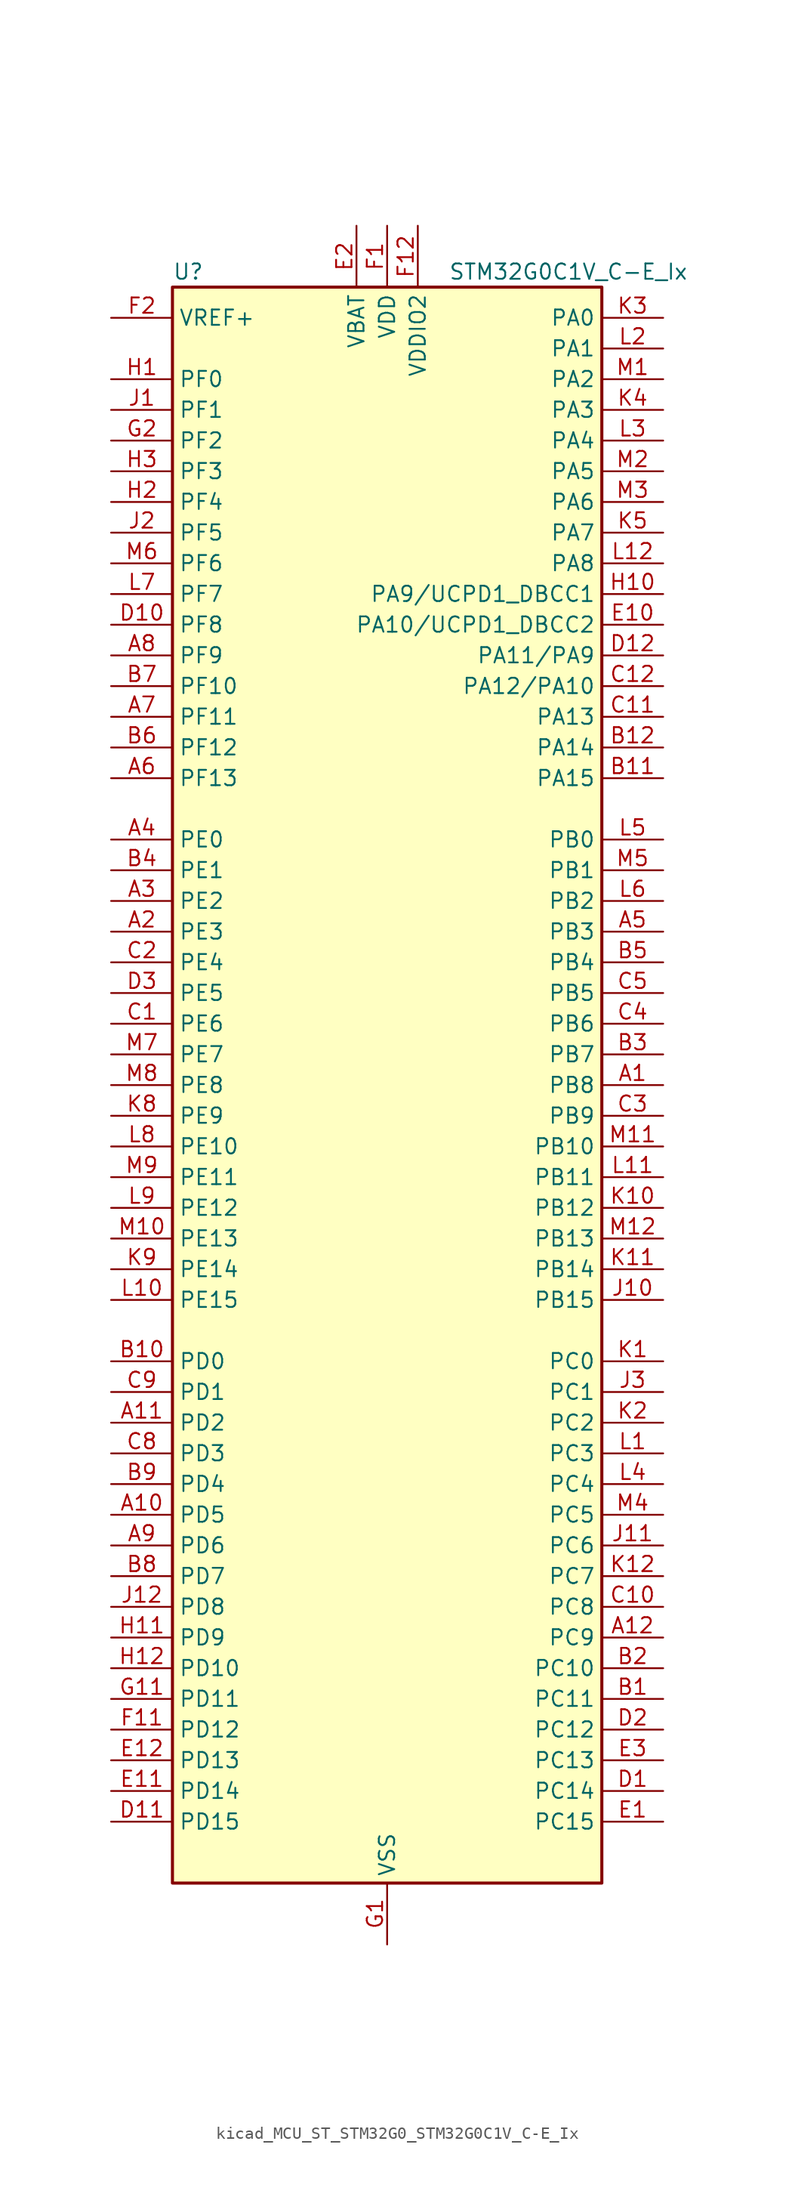
<source format=kicad_sym>
(kicad_symbol_lib
  (version 20220914)
  (generator kicad_symbol_editor)
  (symbol "kicad_MCU_ST_STM32G0_STM32G0C1V_C-E_Ix"
    (property "Reference" "U"
      (at -17.78 67.31 0)
      (effects (font (size 1.27 1.27)) (justify left)))
    (property "Value" "STM32G0C1V_C-E_Ix"
      (at 5.08 67.31 0)
      (effects (font (size 1.27 1.27)) (justify left)))
    (property "ki_locked" ""
      (at 0 0 0)
      (effects (font (size 1.27 1.27))))
    (symbol "kicad_MCU_ST_STM32G0_STM32G0C1V_C-E_Ix_0_1"
      (rectangle (start -17.78 -66.04) (end 17.78 66.04) (stroke (width 0.254) (type default)) (fill (type background))))
    (symbol "kicad_MCU_ST_STM32G0_STM32G0C1V_C-E_Ix_1_1"
      (pin bidirectional line (at 22.86 0 180) (length 5.08) (name "PB8" (effects (font (size 1.27 1.27)))) (number "A1" (effects (font (size 1.27 1.27)))) (alternate "CEC" bidirectional line) (alternate "FDCAN1_RX" bidirectional line) (alternate "I2C1_SCL" bidirectional line) (alternate "I2S2_CK" bidirectional line) (alternate "SPI2_SCK" bidirectional line) (alternate "TIM15_BK" bidirectional line) (alternate "TIM16_CH1" bidirectional line) (alternate "TIM4_CH3" bidirectional line) (alternate "USART3_TX" bidirectional line) (alternate "USART6_TX" bidirectional line))
      (pin bidirectional line (at -22.86 -35.56 0) (length 5.08) (name "PD5" (effects (font (size 1.27 1.27)))) (number "A10" (effects (font (size 1.27 1.27)))) (alternate "I2S1_MCK" bidirectional line) (alternate "SPI1_MISO" bidirectional line) (alternate "TIM1_BK" bidirectional line) (alternate "USART2_TX" bidirectional line) (alternate "USART5_CTS" bidirectional line) (alternate "USART5_NSS" bidirectional line))
      (pin bidirectional line (at -22.86 -27.94 0) (length 5.08) (name "PD2" (effects (font (size 1.27 1.27)))) (number "A11" (effects (font (size 1.27 1.27)))) (alternate "TIM1_CH1N" bidirectional line) (alternate "TIM3_ETR" bidirectional line) (alternate "UCPD2_CC2" bidirectional line) (alternate "USART3_CK" bidirectional line) (alternate "USART3_DE" bidirectional line) (alternate "USART3_RTS" bidirectional line) (alternate "USART5_RX" bidirectional line))
      (pin bidirectional line (at 22.86 -45.72 180) (length 5.08) (name "PC9" (effects (font (size 1.27 1.27)))) (number "A12" (effects (font (size 1.27 1.27)))) (alternate "DAC1_EXTI9" bidirectional line) (alternate "I2S_CKIN" bidirectional line) (alternate "LPUART2_DE" bidirectional line) (alternate "LPUART2_RTS" bidirectional line) (alternate "TIM1_CH2" bidirectional line) (alternate "TIM3_CH4" bidirectional line) (alternate "USB_NOE" bidirectional line))
      (pin bidirectional line (at -22.86 12.7 0) (length 5.08) (name "PE3" (effects (font (size 1.27 1.27)))) (number "A2" (effects (font (size 1.27 1.27)))) (alternate "TIM3_CH1" bidirectional line))
      (pin bidirectional line (at -22.86 15.24 0) (length 5.08) (name "PE2" (effects (font (size 1.27 1.27)))) (number "A3" (effects (font (size 1.27 1.27)))) (alternate "TIM3_ETR" bidirectional line))
      (pin bidirectional line (at -22.86 20.32 0) (length 5.08) (name "PE0" (effects (font (size 1.27 1.27)))) (number "A4" (effects (font (size 1.27 1.27)))) (alternate "TIM16_CH1" bidirectional line) (alternate "TIM4_ETR" bidirectional line))
      (pin bidirectional line (at 22.86 12.7 180) (length 5.08) (name "PB3" (effects (font (size 1.27 1.27)))) (number "A5" (effects (font (size 1.27 1.27)))) (alternate "COMP2_INM" bidirectional line) (alternate "I2C2_SCL" bidirectional line) (alternate "I2C3_SCL" bidirectional line) (alternate "I2S1_CK" bidirectional line) (alternate "SPI1_SCK" bidirectional line) (alternate "SPI3_SCK" bidirectional line) (alternate "TIM1_CH2" bidirectional line) (alternate "TIM2_CH2" bidirectional line) (alternate "USART1_CK" bidirectional line) (alternate "USART1_DE" bidirectional line) (alternate "USART1_RTS" bidirectional line) (alternate "USART5_TX" bidirectional line))
      (pin bidirectional line (at -22.86 25.4 0) (length 5.08) (name "PF13" (effects (font (size 1.27 1.27)))) (number "A6" (effects (font (size 1.27 1.27)))) (alternate "TIM15_CH2" bidirectional line))
      (pin bidirectional line (at -22.86 30.48 0) (length 5.08) (name "PF11" (effects (font (size 1.27 1.27)))) (number "A7" (effects (font (size 1.27 1.27)))) (alternate "ADC1_EXTI11" bidirectional line) (alternate "USART6_CK" bidirectional line) (alternate "USART6_DE" bidirectional line) (alternate "USART6_RTS" bidirectional line))
      (pin bidirectional line (at -22.86 35.56 0) (length 5.08) (name "PF9" (effects (font (size 1.27 1.27)))) (number "A8" (effects (font (size 1.27 1.27)))) (alternate "DAC1_EXTI9" bidirectional line) (alternate "USART6_TX" bidirectional line))
      (pin bidirectional line (at -22.86 -38.1 0) (length 5.08) (name "PD6" (effects (font (size 1.27 1.27)))) (number "A9" (effects (font (size 1.27 1.27)))) (alternate "I2S1_SD" bidirectional line) (alternate "LPTIM2_OUT" bidirectional line) (alternate "SPI1_MOSI" bidirectional line) (alternate "USART2_RX" bidirectional line))
      (pin bidirectional line (at 22.86 -50.8 180) (length 5.08) (name "PC11" (effects (font (size 1.27 1.27)))) (number "B1" (effects (font (size 1.27 1.27)))) (alternate "ADC1_EXTI11" bidirectional line) (alternate "SPI3_MISO" bidirectional line) (alternate "TIM1_CH4" bidirectional line) (alternate "USART3_RX" bidirectional line) (alternate "USART4_RX" bidirectional line))
      (pin bidirectional line (at -22.86 -22.86 0) (length 5.08) (name "PD0" (effects (font (size 1.27 1.27)))) (number "B10" (effects (font (size 1.27 1.27)))) (alternate "FDCAN1_RX" bidirectional line) (alternate "I2S2_WS" bidirectional line) (alternate "SPI2_NSS" bidirectional line) (alternate "TIM16_CH1" bidirectional line) (alternate "UCPD2_CC1" bidirectional line))
      (pin bidirectional line (at 22.86 25.4 180) (length 5.08) (name "PA15" (effects (font (size 1.27 1.27)))) (number "B11" (effects (font (size 1.27 1.27)))) (alternate "I2C2_SMBA" bidirectional line) (alternate "I2S1_WS" bidirectional line) (alternate "RCC_MCO_2" bidirectional line) (alternate "SPI1_NSS" bidirectional line) (alternate "SPI3_NSS" bidirectional line) (alternate "TIM2_CH1" bidirectional line) (alternate "TIM2_ETR" bidirectional line) (alternate "USART2_RX" bidirectional line) (alternate "USART3_CK" bidirectional line) (alternate "USART3_DE" bidirectional line) (alternate "USART3_RTS" bidirectional line) (alternate "USART4_CK" bidirectional line) (alternate "USART4_DE" bidirectional line) (alternate "USART4_RTS" bidirectional line) (alternate "USB_NOE" bidirectional line))
      (pin bidirectional line (at 22.86 27.94 180) (length 5.08) (name "PA14" (effects (font (size 1.27 1.27)))) (number "B12" (effects (font (size 1.27 1.27)))) (alternate "LPUART2_TX" bidirectional line) (alternate "SYS_SWCLK" bidirectional line) (alternate "USART2_TX" bidirectional line))
      (pin bidirectional line (at 22.86 -48.26 180) (length 5.08) (name "PC10" (effects (font (size 1.27 1.27)))) (number "B2" (effects (font (size 1.27 1.27)))) (alternate "SPI3_SCK" bidirectional line) (alternate "TIM1_CH3" bidirectional line) (alternate "USART3_TX" bidirectional line) (alternate "USART4_TX" bidirectional line))
      (pin bidirectional line (at 22.86 2.54 180) (length 5.08) (name "PB7" (effects (font (size 1.27 1.27)))) (number "B3" (effects (font (size 1.27 1.27)))) (alternate "COMP2_INM" bidirectional line) (alternate "I2C1_SDA" bidirectional line) (alternate "I2S2_SD" bidirectional line) (alternate "LPTIM1_IN2" bidirectional line) (alternate "LPUART2_RX" bidirectional line) (alternate "SPI2_MOSI" bidirectional line) (alternate "SYS_PVD_IN" bidirectional line) (alternate "TIM17_CH1N" bidirectional line) (alternate "TIM4_CH2" bidirectional line) (alternate "USART1_RX" bidirectional line) (alternate "USART4_CTS" bidirectional line) (alternate "USART4_NSS" bidirectional line))
      (pin bidirectional line (at -22.86 17.78 0) (length 5.08) (name "PE1" (effects (font (size 1.27 1.27)))) (number "B4" (effects (font (size 1.27 1.27)))) (alternate "TIM17_CH1" bidirectional line))
      (pin bidirectional line (at 22.86 10.16 180) (length 5.08) (name "PB4" (effects (font (size 1.27 1.27)))) (number "B5" (effects (font (size 1.27 1.27)))) (alternate "COMP2_INP" bidirectional line) (alternate "I2C2_SDA" bidirectional line) (alternate "I2C3_SDA" bidirectional line) (alternate "I2S1_MCK" bidirectional line) (alternate "SPI1_MISO" bidirectional line) (alternate "SPI3_MISO" bidirectional line) (alternate "TIM17_BK" bidirectional line) (alternate "TIM3_CH1" bidirectional line) (alternate "USART1_CTS" bidirectional line) (alternate "USART1_NSS" bidirectional line) (alternate "USART5_RX" bidirectional line))
      (pin bidirectional line (at -22.86 27.94 0) (length 5.08) (name "PF12" (effects (font (size 1.27 1.27)))) (number "B6" (effects (font (size 1.27 1.27)))) (alternate "TIM15_CH1" bidirectional line) (alternate "USART6_CTS" bidirectional line) (alternate "USART6_NSS" bidirectional line))
      (pin bidirectional line (at -22.86 33.02 0) (length 5.08) (name "PF10" (effects (font (size 1.27 1.27)))) (number "B7" (effects (font (size 1.27 1.27)))) (alternate "USART6_RX" bidirectional line))
      (pin bidirectional line (at -22.86 -40.64 0) (length 5.08) (name "PD7" (effects (font (size 1.27 1.27)))) (number "B8" (effects (font (size 1.27 1.27)))) (alternate "RCC_MCO_2" bidirectional line))
      (pin bidirectional line (at -22.86 -33.02 0) (length 5.08) (name "PD4" (effects (font (size 1.27 1.27)))) (number "B9" (effects (font (size 1.27 1.27)))) (alternate "I2S2_SD" bidirectional line) (alternate "SPI2_MOSI" bidirectional line) (alternate "TIM1_CH3N" bidirectional line) (alternate "USART2_CK" bidirectional line) (alternate "USART2_DE" bidirectional line) (alternate "USART2_RTS" bidirectional line) (alternate "USART5_CK" bidirectional line) (alternate "USART5_DE" bidirectional line) (alternate "USART5_RTS" bidirectional line))
      (pin bidirectional line (at -22.86 5.08 0) (length 5.08) (name "PE6" (effects (font (size 1.27 1.27)))) (number "C1" (effects (font (size 1.27 1.27)))) (alternate "RTC_TAMP_IN3" bidirectional line) (alternate "SYS_WKUP3" bidirectional line) (alternate "TIM3_CH4" bidirectional line))
      (pin bidirectional line (at 22.86 -43.18 180) (length 5.08) (name "PC8" (effects (font (size 1.27 1.27)))) (number "C10" (effects (font (size 1.27 1.27)))) (alternate "LPUART2_CTS" bidirectional line) (alternate "TIM1_CH1" bidirectional line) (alternate "TIM3_CH3" bidirectional line) (alternate "UCPD2_FRSTX1" bidirectional line) (alternate "UCPD2_FRSTX2" bidirectional line))
      (pin bidirectional line (at 22.86 30.48 180) (length 5.08) (name "PA13" (effects (font (size 1.27 1.27)))) (number "C11" (effects (font (size 1.27 1.27)))) (alternate "IR_OUT" bidirectional line) (alternate "LPUART2_RX" bidirectional line) (alternate "SYS_SWDIO" bidirectional line) (alternate "USB_NOE" bidirectional line))
      (pin bidirectional line (at 22.86 33.02 180) (length 5.08) (name "PA12/PA10" (effects (font (size 1.27 1.27)))) (number "C12" (effects (font (size 1.27 1.27)))) (alternate "COMP2_OUT" bidirectional line) (alternate "FDCAN1_TX" bidirectional line) (alternate "I2C2_SDA" bidirectional line) (alternate "I2S1_SD" bidirectional line) (alternate "I2S_CKIN" bidirectional line) (alternate "SPI1_MOSI" bidirectional line) (alternate "TIM1_ETR" bidirectional line) (alternate "USART1_CK" bidirectional line) (alternate "USART1_DE" bidirectional line) (alternate "USART1_RTS" bidirectional line) (alternate "USB_DP" bidirectional line))
      (pin bidirectional line (at -22.86 10.16 0) (length 5.08) (name "PE4" (effects (font (size 1.27 1.27)))) (number "C2" (effects (font (size 1.27 1.27)))) (alternate "TIM3_CH2" bidirectional line))
      (pin bidirectional line (at 22.86 -2.54 180) (length 5.08) (name "PB9" (effects (font (size 1.27 1.27)))) (number "C3" (effects (font (size 1.27 1.27)))) (alternate "DAC1_EXTI9" bidirectional line) (alternate "FDCAN1_TX" bidirectional line) (alternate "I2C1_SDA" bidirectional line) (alternate "I2S2_WS" bidirectional line) (alternate "IR_OUT" bidirectional line) (alternate "SPI2_NSS" bidirectional line) (alternate "TIM17_CH1" bidirectional line) (alternate "TIM4_CH4" bidirectional line) (alternate "UCPD2_FRSTX1" bidirectional line) (alternate "UCPD2_FRSTX2" bidirectional line) (alternate "USART3_RX" bidirectional line) (alternate "USART6_RX" bidirectional line))
      (pin bidirectional line (at 22.86 5.08 180) (length 5.08) (name "PB6" (effects (font (size 1.27 1.27)))) (number "C4" (effects (font (size 1.27 1.27)))) (alternate "COMP2_INP" bidirectional line) (alternate "FDCAN2_TX" bidirectional line) (alternate "I2C1_SCL" bidirectional line) (alternate "I2S2_MCK" bidirectional line) (alternate "LPTIM1_ETR" bidirectional line) (alternate "LPUART2_TX" bidirectional line) (alternate "SPI2_MISO" bidirectional line) (alternate "TIM16_CH1N" bidirectional line) (alternate "TIM1_CH3" bidirectional line) (alternate "TIM4_CH1" bidirectional line) (alternate "USART1_TX" bidirectional line) (alternate "USART5_CTS" bidirectional line) (alternate "USART5_NSS" bidirectional line))
      (pin bidirectional line (at 22.86 7.62 180) (length 5.08) (name "PB5" (effects (font (size 1.27 1.27)))) (number "C5" (effects (font (size 1.27 1.27)))) (alternate "COMP2_OUT" bidirectional line) (alternate "FDCAN2_RX" bidirectional line) (alternate "I2C1_SMBA" bidirectional line) (alternate "I2S1_SD" bidirectional line) (alternate "LPTIM1_IN1" bidirectional line) (alternate "SPI1_MOSI" bidirectional line) (alternate "SPI3_MOSI" bidirectional line) (alternate "SYS_WKUP6" bidirectional line) (alternate "TIM16_BK" bidirectional line) (alternate "TIM3_CH2" bidirectional line) (alternate "USART5_CK" bidirectional line) (alternate "USART5_DE" bidirectional line) (alternate "USART5_RTS" bidirectional line))
      (pin bidirectional line (at -22.86 -30.48 0) (length 5.08) (name "PD3" (effects (font (size 1.27 1.27)))) (number "C8" (effects (font (size 1.27 1.27)))) (alternate "I2S2_MCK" bidirectional line) (alternate "SPI2_MISO" bidirectional line) (alternate "TIM1_CH2N" bidirectional line) (alternate "UCPD2_DBCC2" bidirectional line) (alternate "USART2_CTS" bidirectional line) (alternate "USART2_NSS" bidirectional line) (alternate "USART5_TX" bidirectional line))
      (pin bidirectional line (at -22.86 -25.4 0) (length 5.08) (name "PD1" (effects (font (size 1.27 1.27)))) (number "C9" (effects (font (size 1.27 1.27)))) (alternate "FDCAN1_TX" bidirectional line) (alternate "I2S2_CK" bidirectional line) (alternate "SPI2_SCK" bidirectional line) (alternate "TIM17_CH1" bidirectional line) (alternate "UCPD2_DBCC1" bidirectional line))
      (pin bidirectional line (at 22.86 -58.42 180) (length 5.08) (name "PC14" (effects (font (size 1.27 1.27)))) (number "D1" (effects (font (size 1.27 1.27)))) (alternate "RCC_OSC32_IN" bidirectional line) (alternate "TIM1_BK2" bidirectional line))
      (pin bidirectional line (at -22.86 38.1 0) (length 5.08) (name "PF8" (effects (font (size 1.27 1.27)))) (number "D10" (effects (font (size 1.27 1.27)))))
      (pin bidirectional line (at -22.86 -60.96 0) (length 5.08) (name "PD15" (effects (font (size 1.27 1.27)))) (number "D11" (effects (font (size 1.27 1.27)))) (alternate "CRS1_SYNC" bidirectional line) (alternate "FDCAN2_TX" bidirectional line) (alternate "LPUART2_DE" bidirectional line) (alternate "LPUART2_RTS" bidirectional line) (alternate "TIM4_CH4" bidirectional line))
      (pin bidirectional line (at 22.86 35.56 180) (length 5.08) (name "PA11/PA9" (effects (font (size 1.27 1.27)))) (number "D12" (effects (font (size 1.27 1.27)))) (alternate "ADC1_EXTI11" bidirectional line) (alternate "COMP1_OUT" bidirectional line) (alternate "FDCAN1_RX" bidirectional line) (alternate "I2C2_SCL" bidirectional line) (alternate "I2S1_MCK" bidirectional line) (alternate "SPI1_MISO" bidirectional line) (alternate "TIM1_BK2" bidirectional line) (alternate "TIM1_CH4" bidirectional line) (alternate "USART1_CTS" bidirectional line) (alternate "USART1_NSS" bidirectional line) (alternate "USB_DM" bidirectional line))
      (pin bidirectional line (at 22.86 -53.34 180) (length 5.08) (name "PC12" (effects (font (size 1.27 1.27)))) (number "D2" (effects (font (size 1.27 1.27)))) (alternate "LPTIM1_IN1" bidirectional line) (alternate "SPI3_MOSI" bidirectional line) (alternate "TIM14_CH1" bidirectional line) (alternate "UCPD1_FRSTX1" bidirectional line) (alternate "UCPD1_FRSTX2" bidirectional line) (alternate "USART5_TX" bidirectional line))
      (pin bidirectional line (at -22.86 7.62 0) (length 5.08) (name "PE5" (effects (font (size 1.27 1.27)))) (number "D3" (effects (font (size 1.27 1.27)))) (alternate "TIM3_CH3" bidirectional line))
      (pin bidirectional line (at 22.86 -60.96 180) (length 5.08) (name "PC15" (effects (font (size 1.27 1.27)))) (number "E1" (effects (font (size 1.27 1.27)))) (alternate "RCC_OSC32_EN" bidirectional line) (alternate "RCC_OSC32_OUT" bidirectional line) (alternate "RCC_OSC_EN" bidirectional line) (alternate "TIM15_BK" bidirectional line))
      (pin bidirectional line (at 22.86 38.1 180) (length 5.08) (name "PA10/UCPD1_DBCC2" (effects (font (size 1.27 1.27)))) (number "E10" (effects (font (size 1.27 1.27)))) (alternate "I2C1_SDA" bidirectional line) (alternate "I2C2_SDA" bidirectional line) (alternate "I2S2_SD" bidirectional line) (alternate "RCC_MCO_2" bidirectional line) (alternate "SPI2_MOSI" bidirectional line) (alternate "TIM17_BK" bidirectional line) (alternate "TIM1_CH3" bidirectional line) (alternate "UCPD1_DBCC2" bidirectional line) (alternate "USART1_RX" bidirectional line))
      (pin bidirectional line (at -22.86 -58.42 0) (length 5.08) (name "PD14" (effects (font (size 1.27 1.27)))) (number "E11" (effects (font (size 1.27 1.27)))) (alternate "FDCAN2_RX" bidirectional line) (alternate "LPUART2_CTS" bidirectional line) (alternate "TIM4_CH3" bidirectional line))
      (pin bidirectional line (at -22.86 -55.88 0) (length 5.08) (name "PD13" (effects (font (size 1.27 1.27)))) (number "E12" (effects (font (size 1.27 1.27)))) (alternate "FDCAN1_TX" bidirectional line) (alternate "LPTIM2_OUT" bidirectional line) (alternate "TIM4_CH2" bidirectional line))
      (pin power_in line (at -2.54 71.12 270) (length 5.08) (name "VBAT" (effects (font (size 1.27 1.27)))) (number "E2" (effects (font (size 1.27 1.27)))))
      (pin bidirectional line (at 22.86 -55.88 180) (length 5.08) (name "PC13" (effects (font (size 1.27 1.27)))) (number "E3" (effects (font (size 1.27 1.27)))) (alternate "RTC_OUT1" bidirectional line) (alternate "RTC_TAMP_IN1" bidirectional line) (alternate "RTC_TS" bidirectional line) (alternate "SYS_WKUP2" bidirectional line) (alternate "TIM1_BK" bidirectional line))
      (pin power_in line (at 0 71.12 270) (length 5.08) (name "VDD" (effects (font (size 1.27 1.27)))) (number "F1" (effects (font (size 1.27 1.27)))))
      (pin bidirectional line (at -22.86 -53.34 0) (length 5.08) (name "PD12" (effects (font (size 1.27 1.27)))) (number "F11" (effects (font (size 1.27 1.27)))) (alternate "FDCAN1_RX" bidirectional line) (alternate "LPTIM2_IN1" bidirectional line) (alternate "TIM4_CH1" bidirectional line) (alternate "USART3_CK" bidirectional line) (alternate "USART3_DE" bidirectional line) (alternate "USART3_RTS" bidirectional line))
      (pin power_in line (at 2.54 71.12 270) (length 5.08) (name "VDDIO2" (effects (font (size 1.27 1.27)))) (number "F12" (effects (font (size 1.27 1.27)))))
      (pin input line (at -22.86 63.5 0) (length 5.08) (name "VREF+" (effects (font (size 1.27 1.27)))) (number "F2" (effects (font (size 1.27 1.27)))) (alternate "VREFBUF_OUT" bidirectional line))
      (pin power_in line (at 0 -71.12 90) (length 5.08) (name "VSS" (effects (font (size 1.27 1.27)))) (number "G1" (effects (font (size 1.27 1.27)))))
      (pin bidirectional line (at -22.86 -50.8 0) (length 5.08) (name "PD11" (effects (font (size 1.27 1.27)))) (number "G11" (effects (font (size 1.27 1.27)))) (alternate "ADC1_EXTI11" bidirectional line) (alternate "LPTIM2_ETR" bidirectional line) (alternate "USART3_CTS" bidirectional line) (alternate "USART3_NSS" bidirectional line))
      (pin passive line (at 0 -71.12 90) (length 5.08) hide (name "VSS" (effects (font (size 1.27 1.27)))) (number "G12" (effects (font (size 1.27 1.27)))))
      (pin bidirectional line (at -22.86 53.34 0) (length 5.08) (name "PF2" (effects (font (size 1.27 1.27)))) (number "G2" (effects (font (size 1.27 1.27)))) (alternate "LPUART2_DE" bidirectional line) (alternate "LPUART2_RTS" bidirectional line) (alternate "LPUART2_TX" bidirectional line) (alternate "RCC_MCO" bidirectional line))
      (pin bidirectional line (at -22.86 58.42 0) (length 5.08) (name "PF0" (effects (font (size 1.27 1.27)))) (number "H1" (effects (font (size 1.27 1.27)))) (alternate "CRS1_SYNC" bidirectional line) (alternate "RCC_OSC_IN" bidirectional line) (alternate "TIM14_CH1" bidirectional line))
      (pin bidirectional line (at 22.86 40.64 180) (length 5.08) (name "PA9/UCPD1_DBCC1" (effects (font (size 1.27 1.27)))) (number "H10" (effects (font (size 1.27 1.27)))) (alternate "DAC1_EXTI9" bidirectional line) (alternate "I2C1_SCL" bidirectional line) (alternate "I2C2_SCL" bidirectional line) (alternate "I2S2_MCK" bidirectional line) (alternate "RCC_MCO" bidirectional line) (alternate "SPI2_MISO" bidirectional line) (alternate "TIM15_BK" bidirectional line) (alternate "TIM1_CH2" bidirectional line) (alternate "UCPD1_DBCC1" bidirectional line) (alternate "USART1_TX" bidirectional line))
      (pin bidirectional line (at -22.86 -45.72 0) (length 5.08) (name "PD9" (effects (font (size 1.27 1.27)))) (number "H11" (effects (font (size 1.27 1.27)))) (alternate "DAC1_EXTI9" bidirectional line) (alternate "I2S1_WS" bidirectional line) (alternate "SPI1_NSS" bidirectional line) (alternate "TIM1_BK2" bidirectional line) (alternate "USART3_RX" bidirectional line))
      (pin bidirectional line (at -22.86 -48.26 0) (length 5.08) (name "PD10" (effects (font (size 1.27 1.27)))) (number "H12" (effects (font (size 1.27 1.27)))) (alternate "RCC_MCO" bidirectional line))
      (pin bidirectional line (at -22.86 48.26 0) (length 5.08) (name "PF4" (effects (font (size 1.27 1.27)))) (number "H2" (effects (font (size 1.27 1.27)))) (alternate "LPUART1_TX" bidirectional line))
      (pin bidirectional line (at -22.86 50.8 0) (length 5.08) (name "PF3" (effects (font (size 1.27 1.27)))) (number "H3" (effects (font (size 1.27 1.27)))) (alternate "LPUART2_RX" bidirectional line) (alternate "USART6_CK" bidirectional line) (alternate "USART6_DE" bidirectional line) (alternate "USART6_RTS" bidirectional line))
      (pin bidirectional line (at -22.86 55.88 0) (length 5.08) (name "PF1" (effects (font (size 1.27 1.27)))) (number "J1" (effects (font (size 1.27 1.27)))) (alternate "RCC_OSC_EN" bidirectional line) (alternate "RCC_OSC_OUT" bidirectional line) (alternate "TIM15_CH1N" bidirectional line))
      (pin bidirectional line (at 22.86 -17.78 180) (length 5.08) (name "PB15" (effects (font (size 1.27 1.27)))) (number "J10" (effects (font (size 1.27 1.27)))) (alternate "I2S2_SD" bidirectional line) (alternate "RTC_REFIN" bidirectional line) (alternate "SPI2_MOSI" bidirectional line) (alternate "TIM15_CH1N" bidirectional line) (alternate "TIM15_CH2" bidirectional line) (alternate "TIM1_CH3N" bidirectional line) (alternate "UCPD1_CC2" bidirectional line) (alternate "USART6_CTS" bidirectional line) (alternate "USART6_NSS" bidirectional line))
      (pin bidirectional line (at 22.86 -38.1 180) (length 5.08) (name "PC6" (effects (font (size 1.27 1.27)))) (number "J11" (effects (font (size 1.27 1.27)))) (alternate "LPUART2_TX" bidirectional line) (alternate "TIM2_CH3" bidirectional line) (alternate "TIM3_CH1" bidirectional line) (alternate "UCPD1_FRSTX1" bidirectional line) (alternate "UCPD1_FRSTX2" bidirectional line))
      (pin bidirectional line (at -22.86 -43.18 0) (length 5.08) (name "PD8" (effects (font (size 1.27 1.27)))) (number "J12" (effects (font (size 1.27 1.27)))) (alternate "I2S1_CK" bidirectional line) (alternate "LPTIM1_OUT" bidirectional line) (alternate "SPI1_SCK" bidirectional line) (alternate "USART3_TX" bidirectional line))
      (pin bidirectional line (at -22.86 45.72 0) (length 5.08) (name "PF5" (effects (font (size 1.27 1.27)))) (number "J2" (effects (font (size 1.27 1.27)))) (alternate "LPUART1_RX" bidirectional line))
      (pin bidirectional line (at 22.86 -25.4 180) (length 5.08) (name "PC1" (effects (font (size 1.27 1.27)))) (number "J3" (effects (font (size 1.27 1.27)))) (alternate "COMP3_INP" bidirectional line) (alternate "I2C3_SDA" bidirectional line) (alternate "LPTIM1_OUT" bidirectional line) (alternate "LPUART1_TX" bidirectional line) (alternate "LPUART2_RX" bidirectional line) (alternate "TIM15_CH1" bidirectional line) (alternate "USART6_RX" bidirectional line))
      (pin bidirectional line (at 22.86 -22.86 180) (length 5.08) (name "PC0" (effects (font (size 1.27 1.27)))) (number "K1" (effects (font (size 1.27 1.27)))) (alternate "COMP3_INM" bidirectional line) (alternate "COMP3_OUT" bidirectional line) (alternate "I2C3_SCL" bidirectional line) (alternate "LPTIM1_IN1" bidirectional line) (alternate "LPTIM2_IN1" bidirectional line) (alternate "LPUART1_RX" bidirectional line) (alternate "LPUART2_TX" bidirectional line) (alternate "USART6_TX" bidirectional line))
      (pin bidirectional line (at 22.86 -10.16 180) (length 5.08) (name "PB12" (effects (font (size 1.27 1.27)))) (number "K10" (effects (font (size 1.27 1.27)))) (alternate "ADC1_IN16" bidirectional line) (alternate "FDCAN2_RX" bidirectional line) (alternate "I2C2_SMBA" bidirectional line) (alternate "I2S2_WS" bidirectional line) (alternate "LPUART1_DE" bidirectional line) (alternate "LPUART1_RTS" bidirectional line) (alternate "SPI2_NSS" bidirectional line) (alternate "TIM15_BK" bidirectional line) (alternate "TIM1_BK" bidirectional line) (alternate "UCPD2_FRSTX1" bidirectional line) (alternate "UCPD2_FRSTX2" bidirectional line))
      (pin bidirectional line (at 22.86 -15.24 180) (length 5.08) (name "PB14" (effects (font (size 1.27 1.27)))) (number "K11" (effects (font (size 1.27 1.27)))) (alternate "I2C2_SDA" bidirectional line) (alternate "I2S2_MCK" bidirectional line) (alternate "SPI2_MISO" bidirectional line) (alternate "TIM15_CH1" bidirectional line) (alternate "TIM1_CH2N" bidirectional line) (alternate "UCPD1_FRSTX1" bidirectional line) (alternate "UCPD1_FRSTX2" bidirectional line) (alternate "USART3_CK" bidirectional line) (alternate "USART3_DE" bidirectional line) (alternate "USART3_RTS" bidirectional line) (alternate "USART6_CK" bidirectional line) (alternate "USART6_DE" bidirectional line) (alternate "USART6_RTS" bidirectional line))
      (pin bidirectional line (at 22.86 -40.64 180) (length 5.08) (name "PC7" (effects (font (size 1.27 1.27)))) (number "K12" (effects (font (size 1.27 1.27)))) (alternate "LPUART2_RX" bidirectional line) (alternate "TIM2_CH4" bidirectional line) (alternate "TIM3_CH2" bidirectional line) (alternate "UCPD2_FRSTX1" bidirectional line) (alternate "UCPD2_FRSTX2" bidirectional line))
      (pin bidirectional line (at 22.86 -27.94 180) (length 5.08) (name "PC2" (effects (font (size 1.27 1.27)))) (number "K2" (effects (font (size 1.27 1.27)))) (alternate "COMP3_OUT" bidirectional line) (alternate "FDCAN2_RX" bidirectional line) (alternate "I2S2_MCK" bidirectional line) (alternate "LPTIM1_IN2" bidirectional line) (alternate "SPI2_MISO" bidirectional line) (alternate "TIM15_CH2" bidirectional line))
      (pin bidirectional line (at 22.86 63.5 180) (length 5.08) (name "PA0" (effects (font (size 1.27 1.27)))) (number "K3" (effects (font (size 1.27 1.27)))) (alternate "ADC1_IN0" bidirectional line) (alternate "COMP1_INM" bidirectional line) (alternate "COMP1_OUT" bidirectional line) (alternate "I2S2_CK" bidirectional line) (alternate "LPTIM1_OUT" bidirectional line) (alternate "RTC_TAMP_IN2" bidirectional line) (alternate "SPI2_SCK" bidirectional line) (alternate "SYS_WKUP1" bidirectional line) (alternate "TIM2_CH1" bidirectional line) (alternate "TIM2_ETR" bidirectional line) (alternate "UCPD2_FRSTX1" bidirectional line) (alternate "UCPD2_FRSTX2" bidirectional line) (alternate "USART2_CTS" bidirectional line) (alternate "USART2_NSS" bidirectional line) (alternate "USART4_TX" bidirectional line))
      (pin bidirectional line (at 22.86 55.88 180) (length 5.08) (name "PA3" (effects (font (size 1.27 1.27)))) (number "K4" (effects (font (size 1.27 1.27)))) (alternate "ADC1_IN3" bidirectional line) (alternate "COMP2_INP" bidirectional line) (alternate "I2S2_MCK" bidirectional line) (alternate "LPUART1_RX" bidirectional line) (alternate "SPI2_MISO" bidirectional line) (alternate "TIM15_CH2" bidirectional line) (alternate "TIM2_CH4" bidirectional line) (alternate "UCPD2_FRSTX1" bidirectional line) (alternate "UCPD2_FRSTX2" bidirectional line) (alternate "USART2_RX" bidirectional line))
      (pin bidirectional line (at 22.86 45.72 180) (length 5.08) (name "PA7" (effects (font (size 1.27 1.27)))) (number "K5" (effects (font (size 1.27 1.27)))) (alternate "ADC1_IN7" bidirectional line) (alternate "COMP2_OUT" bidirectional line) (alternate "I2C2_SCL" bidirectional line) (alternate "I2C3_SCL" bidirectional line) (alternate "I2S1_SD" bidirectional line) (alternate "SPI1_MOSI" bidirectional line) (alternate "TIM14_CH1" bidirectional line) (alternate "TIM17_CH1" bidirectional line) (alternate "TIM1_CH1N" bidirectional line) (alternate "TIM3_CH2" bidirectional line) (alternate "UCPD1_FRSTX1" bidirectional line) (alternate "UCPD1_FRSTX2" bidirectional line) (alternate "USART6_CK" bidirectional line) (alternate "USART6_DE" bidirectional line) (alternate "USART6_RTS" bidirectional line))
      (pin bidirectional line (at -22.86 -2.54 0) (length 5.08) (name "PE9" (effects (font (size 1.27 1.27)))) (number "K8" (effects (font (size 1.27 1.27)))) (alternate "DAC1_EXTI9" bidirectional line) (alternate "TIM1_CH1" bidirectional line) (alternate "USART4_RX" bidirectional line))
      (pin bidirectional line (at -22.86 -15.24 0) (length 5.08) (name "PE14" (effects (font (size 1.27 1.27)))) (number "K9" (effects (font (size 1.27 1.27)))) (alternate "I2S1_MCK" bidirectional line) (alternate "SPI1_MISO" bidirectional line) (alternate "TIM1_BK2" bidirectional line) (alternate "TIM1_CH4" bidirectional line))
      (pin bidirectional line (at 22.86 -30.48 180) (length 5.08) (name "PC3" (effects (font (size 1.27 1.27)))) (number "L1" (effects (font (size 1.27 1.27)))) (alternate "FDCAN2_TX" bidirectional line) (alternate "I2S2_SD" bidirectional line) (alternate "LPTIM1_ETR" bidirectional line) (alternate "LPTIM2_ETR" bidirectional line) (alternate "SPI2_MOSI" bidirectional line))
      (pin bidirectional line (at -22.86 -17.78 0) (length 5.08) (name "PE15" (effects (font (size 1.27 1.27)))) (number "L10" (effects (font (size 1.27 1.27)))) (alternate "I2S1_SD" bidirectional line) (alternate "SPI1_MOSI" bidirectional line) (alternate "TIM1_BK" bidirectional line))
      (pin bidirectional line (at 22.86 -7.62 180) (length 5.08) (name "PB11" (effects (font (size 1.27 1.27)))) (number "L11" (effects (font (size 1.27 1.27)))) (alternate "ADC1_EXTI11" bidirectional line) (alternate "ADC1_IN15" bidirectional line) (alternate "COMP2_OUT" bidirectional line) (alternate "I2C2_SDA" bidirectional line) (alternate "I2S2_SD" bidirectional line) (alternate "LPUART1_TX" bidirectional line) (alternate "SPI2_MOSI" bidirectional line) (alternate "TIM2_CH4" bidirectional line) (alternate "USART3_RX" bidirectional line))
      (pin bidirectional line (at 22.86 43.18 180) (length 5.08) (name "PA8" (effects (font (size 1.27 1.27)))) (number "L12" (effects (font (size 1.27 1.27)))) (alternate "CRS1_SYNC" bidirectional line) (alternate "I2C2_SMBA" bidirectional line) (alternate "I2S2_WS" bidirectional line) (alternate "LPTIM2_OUT" bidirectional line) (alternate "RCC_MCO" bidirectional line) (alternate "SPI2_NSS" bidirectional line) (alternate "TIM1_CH1" bidirectional line) (alternate "UCPD1_CC1" bidirectional line))
      (pin bidirectional line (at 22.86 60.96 180) (length 5.08) (name "PA1" (effects (font (size 1.27 1.27)))) (number "L2" (effects (font (size 1.27 1.27)))) (alternate "ADC1_IN1" bidirectional line) (alternate "COMP1_INP" bidirectional line) (alternate "I2C1_SMBA" bidirectional line) (alternate "I2S1_CK" bidirectional line) (alternate "SPI1_SCK" bidirectional line) (alternate "TIM15_CH1N" bidirectional line) (alternate "TIM2_CH2" bidirectional line) (alternate "USART2_CK" bidirectional line) (alternate "USART2_DE" bidirectional line) (alternate "USART2_RTS" bidirectional line) (alternate "USART4_RX" bidirectional line))
      (pin bidirectional line (at 22.86 53.34 180) (length 5.08) (name "PA4" (effects (font (size 1.27 1.27)))) (number "L3" (effects (font (size 1.27 1.27)))) (alternate "ADC1_IN4" bidirectional line) (alternate "DAC1_OUT1" bidirectional line) (alternate "I2S1_WS" bidirectional line) (alternate "I2S2_SD" bidirectional line) (alternate "LPTIM2_OUT" bidirectional line) (alternate "RTC_OUT2" bidirectional line) (alternate "SPI1_NSS" bidirectional line) (alternate "SPI2_MOSI" bidirectional line) (alternate "SPI3_NSS" bidirectional line) (alternate "TIM14_CH1" bidirectional line) (alternate "UCPD2_FRSTX1" bidirectional line) (alternate "UCPD2_FRSTX2" bidirectional line) (alternate "USART6_TX" bidirectional line) (alternate "USB_NOE" bidirectional line))
      (pin bidirectional line (at 22.86 -33.02 180) (length 5.08) (name "PC4" (effects (font (size 1.27 1.27)))) (number "L4" (effects (font (size 1.27 1.27)))) (alternate "ADC1_IN17" bidirectional line) (alternate "COMP1_INM" bidirectional line) (alternate "FDCAN1_RX" bidirectional line) (alternate "TIM2_CH1" bidirectional line) (alternate "TIM2_ETR" bidirectional line) (alternate "USART1_TX" bidirectional line) (alternate "USART3_TX" bidirectional line))
      (pin bidirectional line (at 22.86 20.32 180) (length 5.08) (name "PB0" (effects (font (size 1.27 1.27)))) (number "L5" (effects (font (size 1.27 1.27)))) (alternate "ADC1_IN8" bidirectional line) (alternate "COMP1_OUT" bidirectional line) (alternate "COMP3_INP" bidirectional line) (alternate "FDCAN2_RX" bidirectional line) (alternate "I2S1_WS" bidirectional line) (alternate "LPTIM1_OUT" bidirectional line) (alternate "LPUART2_CTS" bidirectional line) (alternate "SPI1_NSS" bidirectional line) (alternate "TIM1_CH2N" bidirectional line) (alternate "TIM3_CH3" bidirectional line) (alternate "UCPD1_FRSTX1" bidirectional line) (alternate "UCPD1_FRSTX2" bidirectional line) (alternate "USART3_RX" bidirectional line) (alternate "USART5_TX" bidirectional line))
      (pin bidirectional line (at 22.86 15.24 180) (length 5.08) (name "PB2" (effects (font (size 1.27 1.27)))) (number "L6" (effects (font (size 1.27 1.27)))) (alternate "ADC1_IN10" bidirectional line) (alternate "COMP1_INP" bidirectional line) (alternate "COMP3_INM" bidirectional line) (alternate "I2S2_MCK" bidirectional line) (alternate "LPTIM1_OUT" bidirectional line) (alternate "RCC_MCO_2" bidirectional line) (alternate "SPI2_MISO" bidirectional line) (alternate "USART3_TX" bidirectional line))
      (pin bidirectional line (at -22.86 40.64 0) (length 5.08) (name "PF7" (effects (font (size 1.27 1.27)))) (number "L7" (effects (font (size 1.27 1.27)))) (alternate "LPUART1_CTS" bidirectional line) (alternate "USART5_CTS" bidirectional line) (alternate "USART5_NSS" bidirectional line))
      (pin bidirectional line (at -22.86 -5.08 0) (length 5.08) (name "PE10" (effects (font (size 1.27 1.27)))) (number "L8" (effects (font (size 1.27 1.27)))) (alternate "TIM1_CH2N" bidirectional line) (alternate "USART5_TX" bidirectional line))
      (pin bidirectional line (at -22.86 -10.16 0) (length 5.08) (name "PE12" (effects (font (size 1.27 1.27)))) (number "L9" (effects (font (size 1.27 1.27)))) (alternate "I2S1_WS" bidirectional line) (alternate "SPI1_NSS" bidirectional line) (alternate "TIM1_CH3N" bidirectional line))
      (pin bidirectional line (at 22.86 58.42 180) (length 5.08) (name "PA2" (effects (font (size 1.27 1.27)))) (number "M1" (effects (font (size 1.27 1.27)))) (alternate "ADC1_IN2" bidirectional line) (alternate "COMP2_INM" bidirectional line) (alternate "COMP2_OUT" bidirectional line) (alternate "I2S1_SD" bidirectional line) (alternate "LPUART1_TX" bidirectional line) (alternate "RCC_LSCO" bidirectional line) (alternate "SPI1_MOSI" bidirectional line) (alternate "SYS_WKUP4" bidirectional line) (alternate "TIM15_CH1" bidirectional line) (alternate "TIM2_CH3" bidirectional line) (alternate "UCPD1_FRSTX1" bidirectional line) (alternate "UCPD1_FRSTX2" bidirectional line) (alternate "USART2_TX" bidirectional line))
      (pin bidirectional line (at -22.86 -12.7 0) (length 5.08) (name "PE13" (effects (font (size 1.27 1.27)))) (number "M10" (effects (font (size 1.27 1.27)))) (alternate "I2S1_CK" bidirectional line) (alternate "SPI1_SCK" bidirectional line) (alternate "TIM1_CH3" bidirectional line))
      (pin bidirectional line (at 22.86 -5.08 180) (length 5.08) (name "PB10" (effects (font (size 1.27 1.27)))) (number "M11" (effects (font (size 1.27 1.27)))) (alternate "ADC1_IN11" bidirectional line) (alternate "CEC" bidirectional line) (alternate "COMP1_OUT" bidirectional line) (alternate "I2C2_SCL" bidirectional line) (alternate "I2S2_CK" bidirectional line) (alternate "LPUART1_RX" bidirectional line) (alternate "SPI2_SCK" bidirectional line) (alternate "TIM2_CH3" bidirectional line) (alternate "USART3_TX" bidirectional line))
      (pin bidirectional line (at 22.86 -12.7 180) (length 5.08) (name "PB13" (effects (font (size 1.27 1.27)))) (number "M12" (effects (font (size 1.27 1.27)))) (alternate "FDCAN2_TX" bidirectional line) (alternate "I2C2_SCL" bidirectional line) (alternate "I2S2_CK" bidirectional line) (alternate "LPUART1_CTS" bidirectional line) (alternate "SPI2_SCK" bidirectional line) (alternate "TIM15_CH1N" bidirectional line) (alternate "TIM1_CH1N" bidirectional line) (alternate "USART3_CTS" bidirectional line) (alternate "USART3_NSS" bidirectional line))
      (pin bidirectional line (at 22.86 50.8 180) (length 5.08) (name "PA5" (effects (font (size 1.27 1.27)))) (number "M2" (effects (font (size 1.27 1.27)))) (alternate "ADC1_IN5" bidirectional line) (alternate "CEC" bidirectional line) (alternate "DAC1_OUT2" bidirectional line) (alternate "I2S1_CK" bidirectional line) (alternate "LPTIM2_ETR" bidirectional line) (alternate "SPI1_SCK" bidirectional line) (alternate "TIM2_CH1" bidirectional line) (alternate "TIM2_ETR" bidirectional line) (alternate "UCPD1_FRSTX1" bidirectional line) (alternate "UCPD1_FRSTX2" bidirectional line) (alternate "USART3_TX" bidirectional line) (alternate "USART6_RX" bidirectional line))
      (pin bidirectional line (at 22.86 48.26 180) (length 5.08) (name "PA6" (effects (font (size 1.27 1.27)))) (number "M3" (effects (font (size 1.27 1.27)))) (alternate "ADC1_IN6" bidirectional line) (alternate "COMP1_OUT" bidirectional line) (alternate "I2C2_SDA" bidirectional line) (alternate "I2C3_SDA" bidirectional line) (alternate "I2S1_MCK" bidirectional line) (alternate "LPUART1_CTS" bidirectional line) (alternate "SPI1_MISO" bidirectional line) (alternate "TIM16_CH1" bidirectional line) (alternate "TIM1_BK" bidirectional line) (alternate "TIM3_CH1" bidirectional line) (alternate "USART3_CTS" bidirectional line) (alternate "USART3_NSS" bidirectional line) (alternate "USART6_CTS" bidirectional line) (alternate "USART6_NSS" bidirectional line))
      (pin bidirectional line (at 22.86 -35.56 180) (length 5.08) (name "PC5" (effects (font (size 1.27 1.27)))) (number "M4" (effects (font (size 1.27 1.27)))) (alternate "ADC1_IN18" bidirectional line) (alternate "COMP1_INP" bidirectional line) (alternate "FDCAN1_TX" bidirectional line) (alternate "SYS_WKUP5" bidirectional line) (alternate "TIM2_CH2" bidirectional line) (alternate "USART1_RX" bidirectional line) (alternate "USART3_RX" bidirectional line))
      (pin bidirectional line (at 22.86 17.78 180) (length 5.08) (name "PB1" (effects (font (size 1.27 1.27)))) (number "M5" (effects (font (size 1.27 1.27)))) (alternate "ADC1_IN9" bidirectional line) (alternate "COMP1_INM" bidirectional line) (alternate "COMP3_OUT" bidirectional line) (alternate "FDCAN2_TX" bidirectional line) (alternate "LPTIM2_IN1" bidirectional line) (alternate "LPUART1_DE" bidirectional line) (alternate "LPUART1_RTS" bidirectional line) (alternate "LPUART2_DE" bidirectional line) (alternate "LPUART2_RTS" bidirectional line) (alternate "TIM14_CH1" bidirectional line) (alternate "TIM1_CH3N" bidirectional line) (alternate "TIM3_CH4" bidirectional line) (alternate "USART3_CK" bidirectional line) (alternate "USART3_DE" bidirectional line) (alternate "USART3_RTS" bidirectional line) (alternate "USART5_RX" bidirectional line))
      (pin bidirectional line (at -22.86 43.18 0) (length 5.08) (name "PF6" (effects (font (size 1.27 1.27)))) (number "M6" (effects (font (size 1.27 1.27)))) (alternate "LPUART1_DE" bidirectional line) (alternate "LPUART1_RTS" bidirectional line))
      (pin bidirectional line (at -22.86 2.54 0) (length 5.08) (name "PE7" (effects (font (size 1.27 1.27)))) (number "M7" (effects (font (size 1.27 1.27)))) (alternate "COMP3_INP" bidirectional line) (alternate "TIM1_ETR" bidirectional line) (alternate "USART5_CK" bidirectional line) (alternate "USART5_DE" bidirectional line) (alternate "USART5_RTS" bidirectional line))
      (pin bidirectional line (at -22.86 0 0) (length 5.08) (name "PE8" (effects (font (size 1.27 1.27)))) (number "M8" (effects (font (size 1.27 1.27)))) (alternate "COMP3_INM" bidirectional line) (alternate "TIM1_CH1N" bidirectional line) (alternate "USART4_TX" bidirectional line))
      (pin bidirectional line (at -22.86 -7.62 0) (length 5.08) (name "PE11" (effects (font (size 1.27 1.27)))) (number "M9" (effects (font (size 1.27 1.27)))) (alternate "ADC1_EXTI11" bidirectional line) (alternate "TIM1_CH2" bidirectional line) (alternate "USART5_RX" bidirectional line)))))
</source>
